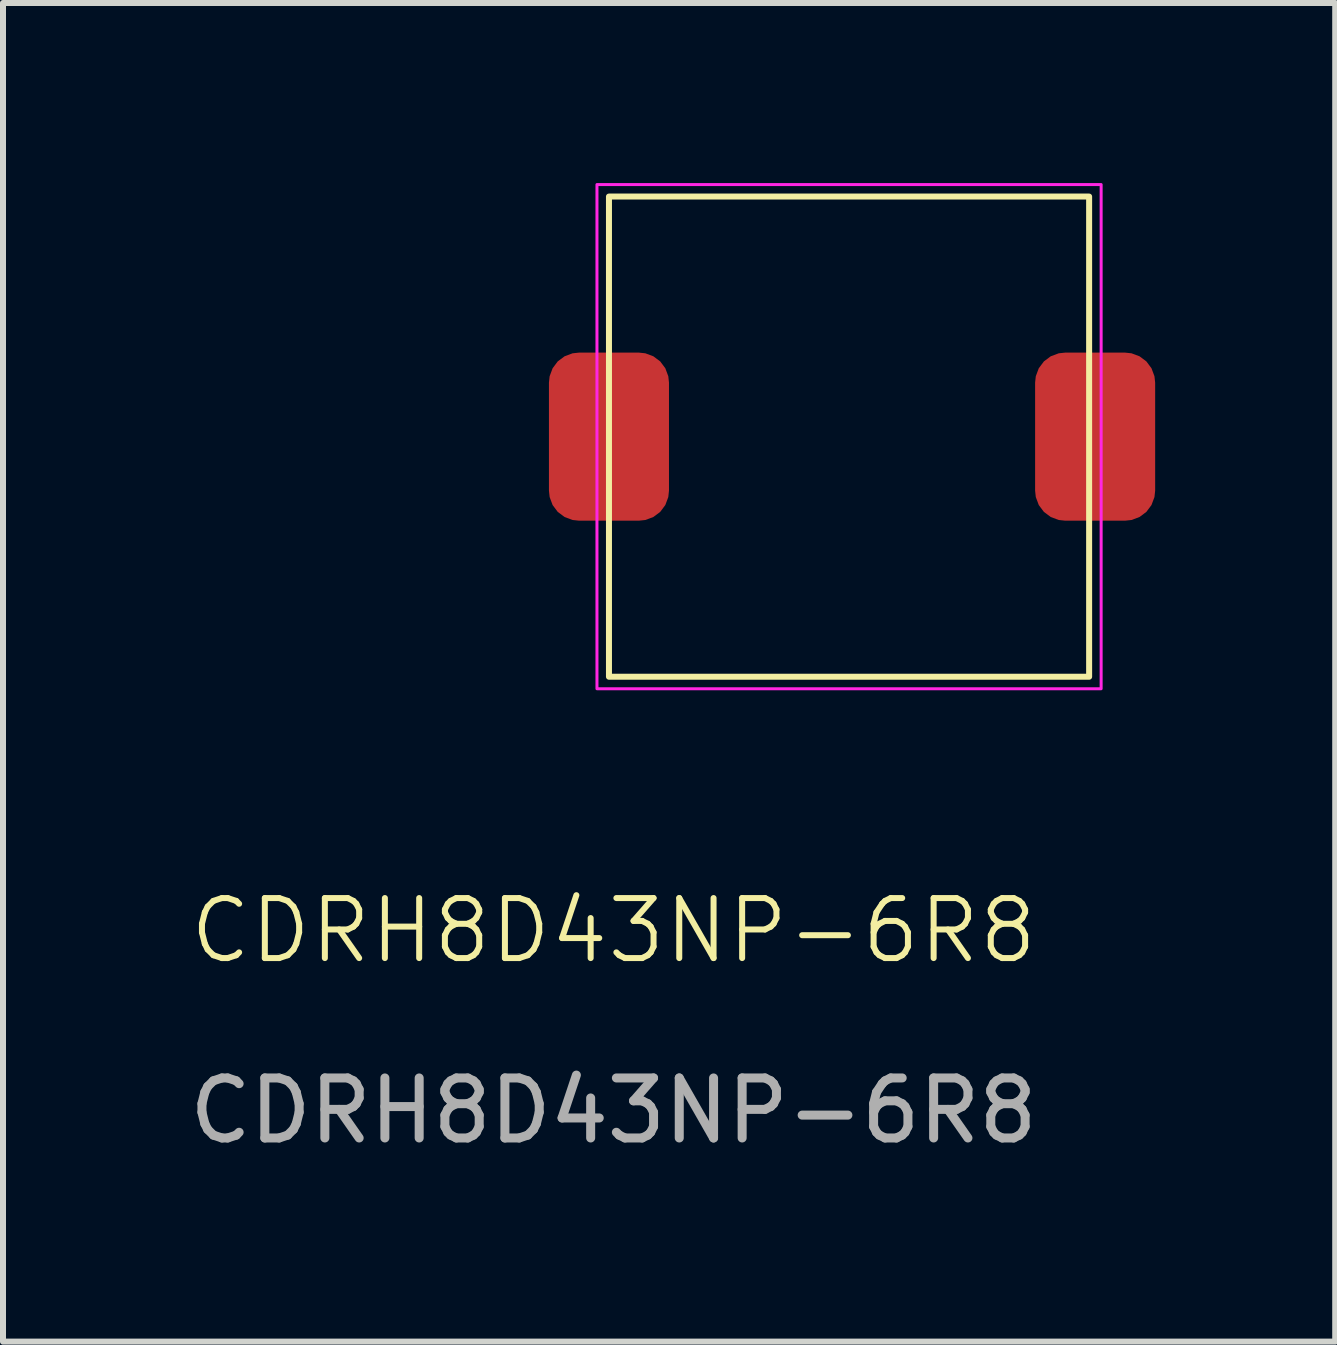
<source format=kicad_pcb>
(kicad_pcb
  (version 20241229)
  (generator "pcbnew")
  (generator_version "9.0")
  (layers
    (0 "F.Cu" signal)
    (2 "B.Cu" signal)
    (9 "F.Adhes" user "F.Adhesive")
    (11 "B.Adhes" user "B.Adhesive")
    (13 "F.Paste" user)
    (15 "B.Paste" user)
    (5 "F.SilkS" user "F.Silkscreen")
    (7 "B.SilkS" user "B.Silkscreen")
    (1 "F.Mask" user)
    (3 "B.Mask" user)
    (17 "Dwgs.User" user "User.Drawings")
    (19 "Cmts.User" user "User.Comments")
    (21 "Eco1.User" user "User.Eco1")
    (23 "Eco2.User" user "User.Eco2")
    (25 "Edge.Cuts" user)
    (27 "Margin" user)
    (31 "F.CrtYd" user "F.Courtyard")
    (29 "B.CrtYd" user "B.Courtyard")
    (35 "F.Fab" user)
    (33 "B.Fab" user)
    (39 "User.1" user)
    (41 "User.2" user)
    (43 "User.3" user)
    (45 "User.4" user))
  (footprint "CDRH8D43NP-6R8"
    (layer "F.Cu")
    (at 7.096 4.225)
    (property "Reference" "CDRH8D43NP-6R8" (at 0.076 8.23 0) (unlocked yes) (layer "F.SilkS") (effects (font (size 1 1) (thickness 0.1))))
    (attr smd)
    (fp_rect (start 0 -4) (end 8 4) (stroke (width 0.1) (type default)) (fill no) (layer "F.SilkS"))
    (fp_rect (start -0.2 -4.2) (end 8.2 4.2) (stroke (width 0.05) (type default)) (fill no) (layer "F.CrtYd"))
    (fp_text user "${REFERENCE}" (at 0.076 11.23 0) (unlocked yes) (layer "F.Fab") (effects (font (size 1 1) (thickness 0.15))))
    (pad "1" smd roundrect (at 0 0) (size 2 2.8) (layers "F.Cu" "F.Mask" "F.Paste") (roundrect_rratio 0.25))
    (pad "2" smd roundrect (at 8.1 0) (size 2 2.8) (layers "F.Cu" "F.Mask" "F.Paste") (roundrect_rratio 0.25)))
  (gr_rect
    (start -3 -3)
    (end 19.196 19.303)
    (stroke (width 0.1) (type default))
    (fill no)
    (layer "Edge.Cuts")))
</source>
